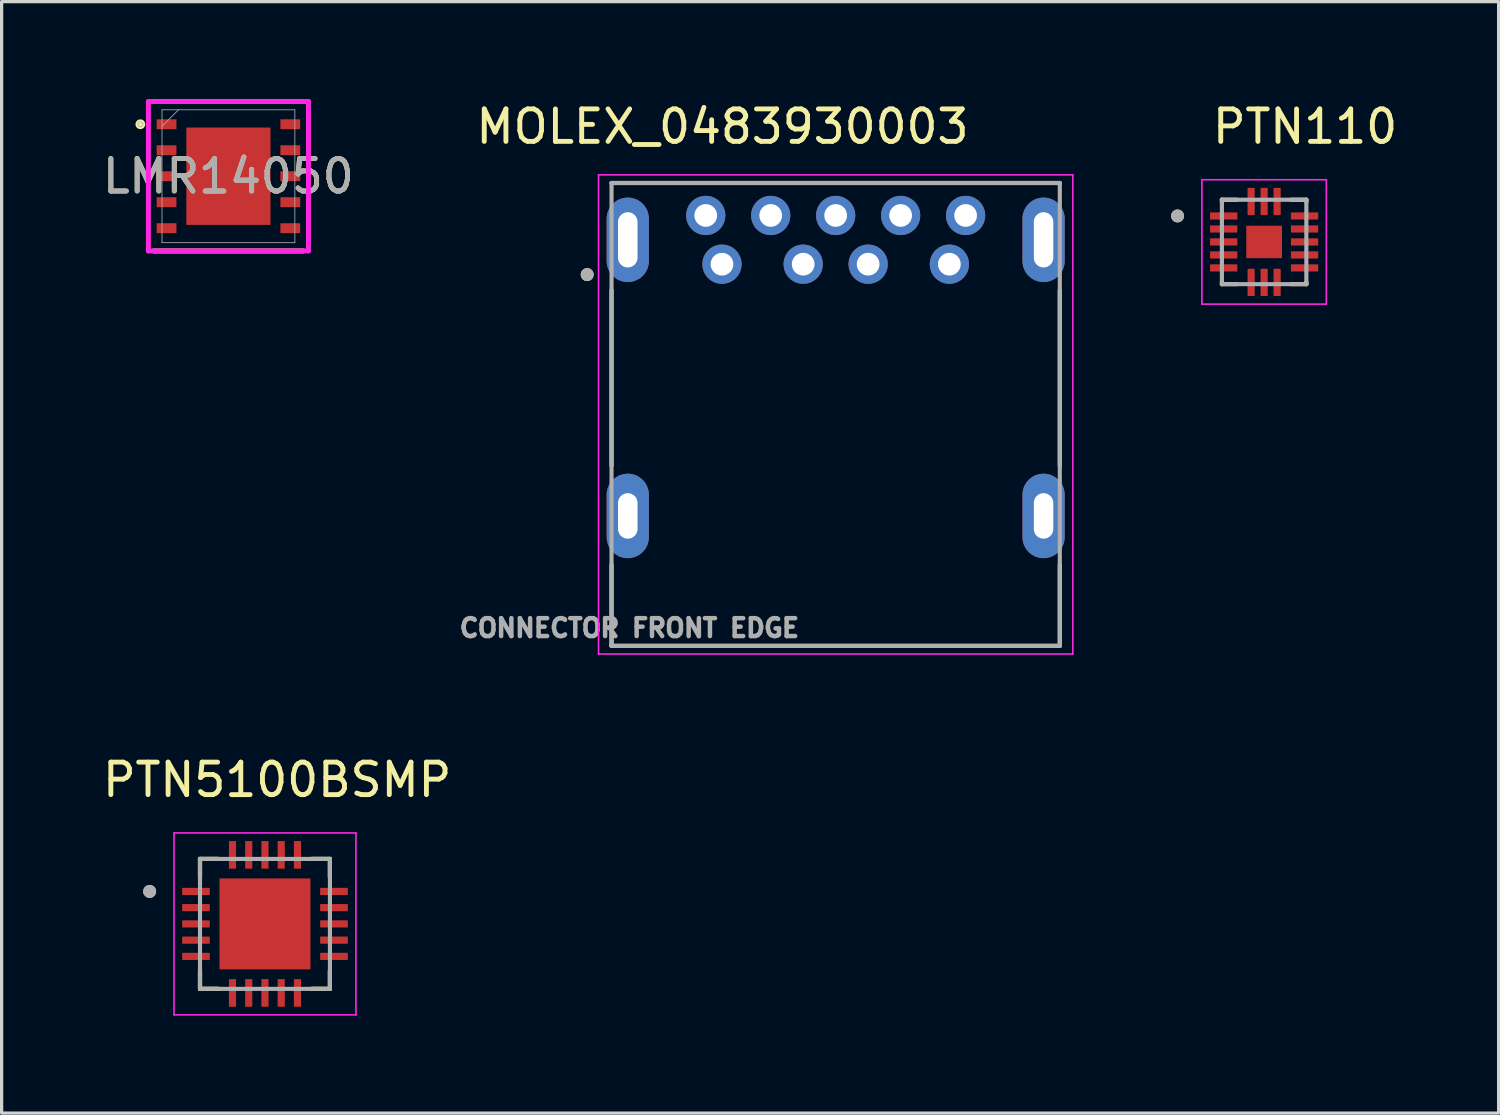
<source format=kicad_pcb>
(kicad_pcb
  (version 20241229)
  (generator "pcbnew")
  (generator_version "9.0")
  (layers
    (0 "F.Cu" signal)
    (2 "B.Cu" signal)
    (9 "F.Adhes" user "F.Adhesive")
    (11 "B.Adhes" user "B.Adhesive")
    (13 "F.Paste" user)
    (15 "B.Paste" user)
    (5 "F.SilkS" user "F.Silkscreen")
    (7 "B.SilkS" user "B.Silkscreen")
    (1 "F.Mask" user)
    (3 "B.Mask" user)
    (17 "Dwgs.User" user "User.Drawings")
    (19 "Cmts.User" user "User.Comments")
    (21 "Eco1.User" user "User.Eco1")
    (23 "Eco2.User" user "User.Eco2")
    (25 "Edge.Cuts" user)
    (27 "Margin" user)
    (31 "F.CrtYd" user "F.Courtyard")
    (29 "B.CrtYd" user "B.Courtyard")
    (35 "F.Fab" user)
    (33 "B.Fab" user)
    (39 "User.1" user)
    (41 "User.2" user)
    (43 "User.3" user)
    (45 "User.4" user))
  (footprint "PTN110"
    (layer "F.Cu")
    (at 35.866 4.398)
    (property "Reference" "PTN110" (at 1.26 -3.55 0) (layer "F.SilkS") (effects (font (size 1 1) (thickness 0.15))))
    (attr smd)
    (fp_line (start -1.3 -1.23) (end -1.3 -1.3) (stroke (width 0.127) (type solid)) (layer "F.SilkS"))
    (fp_line (start -1.3 1.3) (end -1.3 1.23) (stroke (width 0.127) (type solid)) (layer "F.SilkS"))
    (fp_line (start -0.83 -1.3) (end -1.3 -1.3) (stroke (width 0.127) (type solid)) (layer "F.SilkS"))
    (fp_line (start -0.83 1.3) (end -1.3 1.3) (stroke (width 0.127) (type solid)) (layer "F.SilkS"))
    (fp_line (start 1.3 -1.3) (end 0.83 -1.3) (stroke (width 0.127) (type solid)) (layer "F.SilkS"))
    (fp_line (start 1.3 -1.23) (end 1.3 -1.3) (stroke (width 0.127) (type solid)) (layer "F.SilkS"))
    (fp_line (start 1.3 1.3) (end 0.83 1.3) (stroke (width 0.127) (type solid)) (layer "F.SilkS"))
    (fp_line (start 1.3 1.3) (end 1.3 1.23) (stroke (width 0.127) (type solid)) (layer "F.SilkS"))
    (fp_circle (center -2.665 -0.8) (end -2.565 -0.8) (stroke (width 0.2) (type solid)) (fill no) (layer "F.SilkS"))
    (fp_poly (pts (xy -0.35 -0.32) (xy 0.35 -0.32) (xy 0.35 0.32) (xy -0.35 0.32)) (stroke (width 0.01) (type solid)) (fill yes) (layer "F.Paste"))
    (fp_line (start -1.915 -1.915) (end -1.915 1.915) (stroke (width 0.05) (type solid)) (layer "F.CrtYd"))
    (fp_line (start -1.915 1.915) (end 1.915 1.915) (stroke (width 0.05) (type solid)) (layer "F.CrtYd"))
    (fp_line (start 1.915 -1.915) (end -1.915 -1.915) (stroke (width 0.05) (type solid)) (layer "F.CrtYd"))
    (fp_line (start 1.915 1.915) (end 1.915 -1.915) (stroke (width 0.05) (type solid)) (layer "F.CrtYd"))
    (fp_line (start -1.3 1.3) (end -1.3 -1.3) (stroke (width 0.127) (type solid)) (layer "F.Fab"))
    (fp_line (start 1.3 -1.3) (end -1.3 -1.3) (stroke (width 0.127) (type solid)) (layer "F.Fab"))
    (fp_line (start 1.3 1.3) (end -1.3 1.3) (stroke (width 0.127) (type solid)) (layer "F.Fab"))
    (fp_line (start 1.3 1.3) (end 1.3 -1.3) (stroke (width 0.127) (type solid)) (layer "F.Fab"))
    (fp_circle (center -2.665 -0.8) (end -2.565 -0.8) (stroke (width 0.2) (type solid)) (fill no) (layer "F.Fab"))
    (pad "1" smd roundrect (at -1.245 -0.8) (size 0.84 0.22) (layers "F.Cu" "F.Mask" "F.Paste") (roundrect_rratio 0.03))
    (pad "2" smd roundrect (at -1.245 -0.4) (size 0.84 0.22) (layers "F.Cu" "F.Mask" "F.Paste") (roundrect_rratio 0.03))
    (pad "3" smd roundrect (at -1.245 0) (size 0.84 0.22) (layers "F.Cu" "F.Mask" "F.Paste") (roundrect_rratio 0.03))
    (pad "4" smd roundrect (at -1.245 0.4) (size 0.84 0.22) (layers "F.Cu" "F.Mask" "F.Paste") (roundrect_rratio 0.03))
    (pad "5" smd roundrect (at -1.245 0.8) (size 0.84 0.22) (layers "F.Cu" "F.Mask" "F.Paste") (roundrect_rratio 0.03))
    (pad "6" smd roundrect (at -0.4 1.245) (size 0.22 0.84) (layers "F.Cu" "F.Mask" "F.Paste") (roundrect_rratio 0.1))
    (pad "7" smd roundrect (at 0 1.245) (size 0.22 0.84) (layers "F.Cu" "F.Mask" "F.Paste") (roundrect_rratio 0.1))
    (pad "8" smd roundrect (at 0.4 1.245) (size 0.22 0.84) (layers "F.Cu" "F.Mask" "F.Paste") (roundrect_rratio 0.1))
    (pad "9" smd roundrect (at 1.245 0.8) (size 0.84 0.22) (layers "F.Cu" "F.Mask" "F.Paste") (roundrect_rratio 0.03))
    (pad "10" smd roundrect (at 1.245 0.4) (size 0.84 0.22) (layers "F.Cu" "F.Mask" "F.Paste") (roundrect_rratio 0.03))
    (pad "11" smd roundrect (at 1.245 0) (size 0.84 0.22) (layers "F.Cu" "F.Mask" "F.Paste") (roundrect_rratio 0.03))
    (pad "12" smd roundrect (at 1.245 -0.4) (size 0.84 0.22) (layers "F.Cu" "F.Mask" "F.Paste") (roundrect_rratio 0.03))
    (pad "13" smd roundrect (at 1.245 -0.8) (size 0.84 0.22) (layers "F.Cu" "F.Mask" "F.Paste") (roundrect_rratio 0.03))
    (pad "14" smd roundrect (at 0.4 -1.245) (size 0.22 0.84) (layers "F.Cu" "F.Mask" "F.Paste") (roundrect_rratio 0.1))
    (pad "15" smd roundrect (at 0 -1.245) (size 0.22 0.84) (layers "F.Cu" "F.Mask" "F.Paste") (roundrect_rratio 0.1))
    (pad "16" smd roundrect (at -0.4 -1.245) (size 0.22 0.84) (layers "F.Cu" "F.Mask" "F.Paste") (roundrect_rratio 0.1))
    (pad "17" smd rect (at 0 0) (size 1.1 1) (layers "F.Cu" "F.Mask")))
  (footprint "PTN5100BSMP"
    (layer "F.Cu")
    (at 5.107 25.392)
    (property "Reference" "PTN5100BSMP" (at 0.375 -4.435 0) (layer "F.SilkS") (effects (font (size 1 1) (thickness 0.15))))
    (attr smd)
    (fp_poly (pts (xy -2.575 -1.135) (xy -1.675 -1.135) (xy -1.675 -0.865) (xy -2.575 -0.865)) (stroke (width 0.01) (type solid)) (fill yes) (layer "F.Mask"))
    (fp_poly (pts (xy -2.575 -0.635) (xy -1.675 -0.635) (xy -1.675 -0.365) (xy -2.575 -0.365)) (stroke (width 0.01) (type solid)) (fill yes) (layer "F.Mask"))
    (fp_poly (pts (xy -2.575 -0.135) (xy -1.675 -0.135) (xy -1.675 0.135) (xy -2.575 0.135)) (stroke (width 0.01) (type solid)) (fill yes) (layer "F.Mask"))
    (fp_poly (pts (xy -2.575 0.365) (xy -1.675 0.365) (xy -1.675 0.635) (xy -2.575 0.635)) (stroke (width 0.01) (type solid)) (fill yes) (layer "F.Mask"))
    (fp_poly (pts (xy -2.575 0.865) (xy -1.675 0.865) (xy -1.675 1.135) (xy -2.575 1.135)) (stroke (width 0.01) (type solid)) (fill yes) (layer "F.Mask"))
    (fp_poly (pts (xy -1.425 -1.425) (xy 1.425 -1.425) (xy 1.425 1.425) (xy -1.425 1.425)) (stroke (width 0.01) (type solid)) (fill yes) (layer "F.Mask"))
    (fp_poly (pts (xy -1.135 -2.575) (xy -0.865 -2.575) (xy -0.865 -1.675) (xy -1.135 -1.675)) (stroke (width 0.01) (type solid)) (fill yes) (layer "F.Mask"))
    (fp_poly (pts (xy -1.135 1.675) (xy -0.865 1.675) (xy -0.865 2.575) (xy -1.135 2.575)) (stroke (width 0.01) (type solid)) (fill yes) (layer "F.Mask"))
    (fp_poly (pts (xy -0.635 -2.575) (xy -0.365 -2.575) (xy -0.365 -1.675) (xy -0.635 -1.675)) (stroke (width 0.01) (type solid)) (fill yes) (layer "F.Mask"))
    (fp_poly (pts (xy -0.635 1.675) (xy -0.365 1.675) (xy -0.365 2.575) (xy -0.635 2.575)) (stroke (width 0.01) (type solid)) (fill yes) (layer "F.Mask"))
    (fp_poly (pts (xy -0.135 -2.575) (xy 0.135 -2.575) (xy 0.135 -1.675) (xy -0.135 -1.675)) (stroke (width 0.01) (type solid)) (fill yes) (layer "F.Mask"))
    (fp_poly (pts (xy -0.135 1.675) (xy 0.135 1.675) (xy 0.135 2.575) (xy -0.135 2.575)) (stroke (width 0.01) (type solid)) (fill yes) (layer "F.Mask"))
    (fp_poly (pts (xy 0.365 -2.575) (xy 0.635 -2.575) (xy 0.635 -1.675) (xy 0.365 -1.675)) (stroke (width 0.01) (type solid)) (fill yes) (layer "F.Mask"))
    (fp_poly (pts (xy 0.365 1.675) (xy 0.635 1.675) (xy 0.635 2.575) (xy 0.365 2.575)) (stroke (width 0.01) (type solid)) (fill yes) (layer "F.Mask"))
    (fp_poly (pts (xy 0.865 -2.575) (xy 1.135 -2.575) (xy 1.135 -1.675) (xy 0.865 -1.675)) (stroke (width 0.01) (type solid)) (fill yes) (layer "F.Mask"))
    (fp_poly (pts (xy 0.865 1.675) (xy 1.135 1.675) (xy 1.135 2.575) (xy 0.865 2.575)) (stroke (width 0.01) (type solid)) (fill yes) (layer "F.Mask"))
    (fp_poly (pts (xy 1.675 -1.135) (xy 2.575 -1.135) (xy 2.575 -0.865) (xy 1.675 -0.865)) (stroke (width 0.01) (type solid)) (fill yes) (layer "F.Mask"))
    (fp_poly (pts (xy 1.675 -0.635) (xy 2.575 -0.635) (xy 2.575 -0.365) (xy 1.675 -0.365)) (stroke (width 0.01) (type solid)) (fill yes) (layer "F.Mask"))
    (fp_poly (pts (xy 1.675 -0.135) (xy 2.575 -0.135) (xy 2.575 0.135) (xy 1.675 0.135)) (stroke (width 0.01) (type solid)) (fill yes) (layer "F.Mask"))
    (fp_poly (pts (xy 1.675 0.365) (xy 2.575 0.365) (xy 2.575 0.635) (xy 1.675 0.635)) (stroke (width 0.01) (type solid)) (fill yes) (layer "F.Mask"))
    (fp_poly (pts (xy 1.675 0.865) (xy 2.575 0.865) (xy 2.575 1.135) (xy 1.675 1.135)) (stroke (width 0.01) (type solid)) (fill yes) (layer "F.Mask"))
    (fp_line (start -2 -2) (end -2 -1.45) (stroke (width 0.127) (type solid)) (layer "F.SilkS"))
    (fp_line (start -2 -2) (end -1.45 -2) (stroke (width 0.127) (type solid)) (layer "F.SilkS"))
    (fp_line (start -2 -2) (end -1.43 -2) (stroke (width 0.127) (type solid)) (layer "F.SilkS"))
    (fp_line (start -2 -1.43) (end -2 -2) (stroke (width 0.127) (type solid)) (layer "F.SilkS"))
    (fp_line (start -2 2) (end -2 1.43) (stroke (width 0.127) (type solid)) (layer "F.SilkS"))
    (fp_line (start -2 2) (end -2 1.45) (stroke (width 0.127) (type solid)) (layer "F.SilkS"))
    (fp_line (start -2 2) (end -1.45 2) (stroke (width 0.127) (type solid)) (layer "F.SilkS"))
    (fp_line (start -1.43 2) (end -2 2) (stroke (width 0.127) (type solid)) (layer "F.SilkS"))
    (fp_line (start 1.43 -2) (end 2 -2) (stroke (width 0.127) (type solid)) (layer "F.SilkS"))
    (fp_line (start 1.45 2) (end 2 2) (stroke (width 0.127) (type solid)) (layer "F.SilkS"))
    (fp_line (start 2 -2) (end 1.45 -2) (stroke (width 0.127) (type solid)) (layer "F.SilkS"))
    (fp_line (start 2 -2) (end 2 -1.45) (stroke (width 0.127) (type solid)) (layer "F.SilkS"))
    (fp_line (start 2 -2) (end 2 -1.43) (stroke (width 0.127) (type solid)) (layer "F.SilkS"))
    (fp_line (start 2 2) (end 1.43 2) (stroke (width 0.127) (type solid)) (layer "F.SilkS"))
    (fp_line (start 2 2) (end 2 1.43) (stroke (width 0.127) (type solid)) (layer "F.SilkS"))
    (fp_line (start 2 2) (end 2 1.45) (stroke (width 0.127) (type solid)) (layer "F.SilkS"))
    (fp_circle (center -3.55 -1) (end -3.45 -1) (stroke (width 0.2) (type solid)) (fill no) (layer "F.SilkS"))
    (fp_poly (pts (xy -0.9 -0.9) (xy -0.2 -0.9) (xy -0.2 -0.2) (xy -0.9 -0.2)) (stroke (width 0.01) (type solid)) (fill yes) (layer "F.Paste"))
    (fp_poly (pts (xy -0.9 0.2) (xy -0.2 0.2) (xy -0.2 0.9) (xy -0.9 0.9)) (stroke (width 0.01) (type solid)) (fill yes) (layer "F.Paste"))
    (fp_poly (pts (xy 0.2 -0.9) (xy 0.9 -0.9) (xy 0.9 -0.2) (xy 0.2 -0.2)) (stroke (width 0.01) (type solid)) (fill yes) (layer "F.Paste"))
    (fp_poly (pts (xy 0.2 0.2) (xy 0.9 0.2) (xy 0.9 0.9) (xy 0.2 0.9)) (stroke (width 0.01) (type solid)) (fill yes) (layer "F.Paste"))
    (fp_line (start -2.8 -2.8) (end -2.8 2.8) (stroke (width 0.05) (type solid)) (layer "F.CrtYd"))
    (fp_line (start -2.8 2.8) (end 2.8 2.8) (stroke (width 0.05) (type solid)) (layer "F.CrtYd"))
    (fp_line (start 2.8 -2.8) (end -2.8 -2.8) (stroke (width 0.05) (type solid)) (layer "F.CrtYd"))
    (fp_line (start 2.8 2.8) (end 2.8 -2.8) (stroke (width 0.05) (type solid)) (layer "F.CrtYd"))
    (fp_line (start -2 -2) (end 2 -2) (stroke (width 0.127) (type solid)) (layer "F.Fab"))
    (fp_line (start -2 2) (end -2 -2) (stroke (width 0.127) (type solid)) (layer "F.Fab"))
    (fp_line (start 2 -2) (end 2 2) (stroke (width 0.127) (type solid)) (layer "F.Fab"))
    (fp_line (start 2 2) (end -2 2) (stroke (width 0.127) (type solid)) (layer "F.Fab"))
    (fp_circle (center -3.55 -1) (end -3.45 -1) (stroke (width 0.2) (type solid)) (fill no) (layer "F.Fab"))
    (pad "1" smd rect (at -2.125 -1) (size 0.85 0.22) (layers "F.Cu" "F.Paste"))
    (pad "2" smd rect (at -2.125 -0.5) (size 0.85 0.22) (layers "F.Cu" "F.Paste"))
    (pad "3" smd rect (at -2.125 0) (size 0.85 0.22) (layers "F.Cu" "F.Paste"))
    (pad "4" smd rect (at -2.125 0.5) (size 0.85 0.22) (layers "F.Cu" "F.Paste"))
    (pad "5" smd rect (at -2.125 1) (size 0.85 0.22) (layers "F.Cu" "F.Paste"))
    (pad "6" smd rect (at -1 2.125) (size 0.22 0.85) (layers "F.Cu" "F.Paste"))
    (pad "7" smd rect (at -0.5 2.125) (size 0.22 0.85) (layers "F.Cu" "F.Paste"))
    (pad "8" smd rect (at 0 2.125) (size 0.22 0.85) (layers "F.Cu" "F.Paste"))
    (pad "9" smd rect (at 0.5 2.125) (size 0.22 0.85) (layers "F.Cu" "F.Paste"))
    (pad "10" smd rect (at 1 2.125) (size 0.22 0.85) (layers "F.Cu" "F.Paste"))
    (pad "11" smd rect (at 2.125 1) (size 0.85 0.22) (layers "F.Cu" "F.Paste"))
    (pad "12" smd rect (at 2.125 0.5) (size 0.85 0.22) (layers "F.Cu" "F.Paste"))
    (pad "13" smd rect (at 2.125 0) (size 0.85 0.22) (layers "F.Cu" "F.Paste"))
    (pad "14" smd rect (at 2.125 -0.5) (size 0.85 0.22) (layers "F.Cu" "F.Paste"))
    (pad "15" smd rect (at 2.125 -1) (size 0.85 0.22) (layers "F.Cu" "F.Paste"))
    (pad "16" smd rect (at 1 -2.125) (size 0.22 0.85) (layers "F.Cu" "F.Paste"))
    (pad "17" smd rect (at 0.5 -2.125) (size 0.22 0.85) (layers "F.Cu" "F.Paste"))
    (pad "18" smd rect (at 0 -2.125) (size 0.22 0.85) (layers "F.Cu" "F.Paste"))
    (pad "19" smd rect (at -0.5 -2.125) (size 0.22 0.85) (layers "F.Cu" "F.Paste"))
    (pad "20" smd rect (at -1 -2.125) (size 0.22 0.85) (layers "F.Cu" "F.Paste"))
    (pad "21" smd rect (at 0 0) (size 2.8 2.8) (layers "F.Cu")))
  (footprint "MOLEX_0483930003"
    (layer "F.Cu")
    (at 22.676 9.708)
    (property "Reference" "MOLEX_0483930003" (at -3.485 -8.86 0) (layer "F.SilkS") (effects (font (size 1 1) (thickness 0.15))))
    (attr through_hole)
    (fp_line (start -6.9 -3.825) (end -6.9 1.575) (stroke (width 0.127) (type solid)) (layer "F.SilkS"))
    (fp_line (start -6.9 4.625) (end -6.9 7.125) (stroke (width 0.127) (type solid)) (layer "F.SilkS"))
    (fp_line (start -6.9 7.125) (end 6.9 7.125) (stroke (width 0.127) (type solid)) (layer "F.SilkS"))
    (fp_line (start 6.9 -7.125) (end -6.9 -7.125) (stroke (width 0.127) (type solid)) (layer "F.SilkS"))
    (fp_line (start 6.9 -3.825) (end 6.9 1.575) (stroke (width 0.127) (type solid)) (layer "F.SilkS"))
    (fp_line (start 6.9 4.625) (end 6.9 7.125) (stroke (width 0.127) (type solid)) (layer "F.SilkS"))
    (fp_circle (center -7.65 -4.305) (end -7.55 -4.305) (stroke (width 0.2) (type solid)) (fill no) (layer "F.SilkS"))
    (fp_line (start -7.3 -7.375) (end -7.3 7.375) (stroke (width 0.05) (type solid)) (layer "F.CrtYd"))
    (fp_line (start -7.3 7.375) (end 7.3 7.375) (stroke (width 0.05) (type solid)) (layer "F.CrtYd"))
    (fp_line (start 7.3 -7.375) (end -7.3 -7.375) (stroke (width 0.05) (type solid)) (layer "F.CrtYd"))
    (fp_line (start 7.3 7.375) (end 7.3 -7.375) (stroke (width 0.05) (type solid)) (layer "F.CrtYd"))
    (fp_line (start -6.9 -7.125) (end -6.9 7.125) (stroke (width 0.127) (type solid)) (layer "F.Fab"))
    (fp_line (start -6.9 7.125) (end 6.9 7.125) (stroke (width 0.127) (type solid)) (layer "F.Fab"))
    (fp_line (start 6.9 -7.125) (end -6.9 -7.125) (stroke (width 0.127) (type solid)) (layer "F.Fab"))
    (fp_line (start 6.9 7.125) (end 6.9 -7.125) (stroke (width 0.127) (type solid)) (layer "F.Fab"))
    (fp_circle (center -7.65 -4.305) (end -7.55 -4.305) (stroke (width 0.2) (type solid)) (fill no) (layer "F.Fab"))
    (fp_text user "CONNECTOR FRONT EDGE" (at -6.35 6.575 0) (layer "F.Fab") (effects (font (size 0.551 0.551) (thickness 0.15))))
    (pad "1" thru_hole circle (at -3.5 -4.625) (size 1.208 1.208) (drill 0.7) (layers "*.Cu" "*.Mask"))
    (pad "2" thru_hole circle (at -1 -4.625) (size 1.208 1.208) (drill 0.7) (layers "*.Cu" "*.Mask"))
    (pad "3" thru_hole circle (at 1 -4.625) (size 1.208 1.208) (drill 0.7) (layers "*.Cu" "*.Mask"))
    (pad "4" thru_hole circle (at 3.5 -4.625) (size 1.208 1.208) (drill 0.7) (layers "*.Cu" "*.Mask"))
    (pad "5" thru_hole circle (at 4 -6.125) (size 1.208 1.208) (drill 0.7) (layers "*.Cu" "*.Mask"))
    (pad "6" thru_hole circle (at 2 -6.125) (size 1.208 1.208) (drill 0.7) (layers "*.Cu" "*.Mask"))
    (pad "7" thru_hole circle (at 0 -6.125) (size 1.208 1.208) (drill 0.7) (layers "*.Cu" "*.Mask"))
    (pad "8" thru_hole circle (at -2 -6.125) (size 1.208 1.208) (drill 0.7) (layers "*.Cu" "*.Mask"))
    (pad "9" thru_hole circle (at -4 -6.125) (size 1.208 1.208) (drill 0.7) (layers "*.Cu" "*.Mask"))
    (pad "S" thru_hole oval (at -6.4 -5.375) (size 1.3 2.6) (drill oval 0.6 1.7) (layers "*.Cu" "*.Mask"))
    (pad "S" thru_hole oval (at -6.4 3.125) (size 1.3 2.6) (drill oval 0.6 1.4) (layers "*.Cu" "*.Mask"))
    (pad "S" thru_hole oval (at 6.4 -5.375) (size 1.3 2.6) (drill oval 0.6 1.7) (layers "*.Cu" "*.Mask"))
    (pad "S" thru_hole oval (at 6.4 3.125) (size 1.3 2.6) (drill oval 0.6 1.4) (layers "*.Cu" "*.Mask")))
  (footprint "LMR14050"
    (layer "F.Cu")
    (at 3.982 2.375)
    (property "Reference" "LMR14050" (at 0 0 0) (unlocked yes) (layer "F.SilkS") (effects (font (size 1 1) (thickness 0.15))))
    (attr smd)
    (fp_line (start -2.299 2.299) (end 2.299 2.299) (stroke (width 0.152) (type solid)) (layer "F.SilkS"))
    (fp_line (start 2.299 -2.299) (end -2.299 -2.299) (stroke (width 0.152) (type solid)) (layer "F.SilkS"))
    (fp_circle (center -2.711 -1.6) (end -2.635 -1.6) (stroke (width 0.152) (type solid)) (fill no) (layer "F.SilkS"))
    (fp_poly (pts (xy -2.413 -1.752) (xy -2.413 -1.448) (xy -1.803 -1.448) (xy -1.803 -1.752)) (stroke (width 0) (type solid)) (fill yes) (layer "F.Paste"))
    (fp_poly (pts (xy -2.413 -0.952) (xy -2.413 -0.648) (xy -1.803 -0.648) (xy -1.803 -0.952)) (stroke (width 0) (type solid)) (fill yes) (layer "F.Paste"))
    (fp_poly (pts (xy -2.413 -0.152) (xy -2.413 0.152) (xy -1.803 0.152) (xy -1.803 -0.152)) (stroke (width 0) (type solid)) (fill yes) (layer "F.Paste"))
    (fp_poly (pts (xy -2.413 0.648) (xy -2.413 0.952) (xy -1.803 0.952) (xy -1.803 0.648)) (stroke (width 0) (type solid)) (fill yes) (layer "F.Paste"))
    (fp_poly (pts (xy -2.413 1.448) (xy -2.413 1.752) (xy -1.803 1.752) (xy -1.803 1.448)) (stroke (width 0) (type solid)) (fill yes) (layer "F.Paste"))
    (fp_poly (pts (xy -1.192 -1.395) (xy -1.192 -0.1) (xy -0.1 -0.1) (xy -0.1 -1.395)) (stroke (width 0) (type solid)) (fill yes) (layer "F.Paste"))
    (fp_poly (pts (xy -1.192 0.1) (xy -1.192 1.395) (xy -0.1 1.395) (xy -0.1 0.1)) (stroke (width 0) (type solid)) (fill yes) (layer "F.Paste"))
    (fp_poly (pts (xy 0.1 -1.395) (xy 0.1 -0.1) (xy 1.192 -0.1) (xy 1.192 -1.395)) (stroke (width 0) (type solid)) (fill yes) (layer "F.Paste"))
    (fp_poly (pts (xy 0.1 0.1) (xy 0.1 1.395) (xy 1.192 1.395) (xy 1.192 0.1)) (stroke (width 0) (type solid)) (fill yes) (layer "F.Paste"))
    (fp_poly (pts (xy 1.803 -1.752) (xy 1.803 -1.448) (xy 2.413 -1.448) (xy 2.413 -1.752)) (stroke (width 0) (type solid)) (fill yes) (layer "F.Paste"))
    (fp_poly (pts (xy 1.803 -0.952) (xy 1.803 -0.648) (xy 2.413 -0.648) (xy 2.413 -0.952)) (stroke (width 0) (type solid)) (fill yes) (layer "F.Paste"))
    (fp_poly (pts (xy 1.803 -0.152) (xy 1.803 0.152) (xy 2.413 0.152) (xy 2.413 -0.152)) (stroke (width 0) (type solid)) (fill yes) (layer "F.Paste"))
    (fp_poly (pts (xy 1.803 0.648) (xy 1.803 0.952) (xy 2.413 0.952) (xy 2.413 0.648)) (stroke (width 0) (type solid)) (fill yes) (layer "F.Paste"))
    (fp_poly (pts (xy 1.803 1.448) (xy 1.803 1.752) (xy 2.413 1.752) (xy 2.413 1.448)) (stroke (width 0) (type solid)) (fill yes) (layer "F.Paste"))
    (fp_line (start -2.464 -2.299) (end 2.464 -2.299) (stroke (width 0.152) (type solid)) (layer "F.CrtYd"))
    (fp_line (start -2.464 2.299) (end -2.464 -2.299) (stroke (width 0.152) (type solid)) (layer "F.CrtYd"))
    (fp_line (start 2.464 -2.299) (end 2.464 2.299) (stroke (width 0.152) (type solid)) (layer "F.CrtYd"))
    (fp_line (start 2.464 2.299) (end -2.464 2.299) (stroke (width 0.152) (type solid)) (layer "F.CrtYd"))
    (fp_line (start -2.045 -2.045) (end -2.045 2.045) (stroke (width 0.025) (type solid)) (layer "F.Fab"))
    (fp_line (start -2.045 2.045) (end 2.045 2.045) (stroke (width 0.025) (type solid)) (layer "F.Fab"))
    (fp_line (start -1.537 -2.045) (end -2.045 -1.537) (stroke (width 0.025) (type solid)) (layer "F.Fab"))
    (fp_line (start 2.045 -2.045) (end -2.045 -2.045) (stroke (width 0.025) (type solid)) (layer "F.Fab"))
    (fp_line (start 2.045 2.045) (end 2.045 -2.045) (stroke (width 0.025) (type solid)) (layer "F.Fab"))
    (fp_circle (center -2.711 -1.6) (end -2.635 -1.6) (stroke (width 0.025) (type solid)) (fill no) (layer "F.Fab"))
    (fp_text user "${REFERENCE}" (at 0 0 0) (unlocked yes) (layer "F.Fab") (effects (font (size 1 1) (thickness 0.15))))
    (pad "1" smd rect (at -1.905 -1.6) (size 0.61 0.305) (layers "F.Cu" "F.Mask"))
    (pad "2" smd rect (at -1.905 -0.8) (size 0.61 0.305) (layers "F.Cu" "F.Mask"))
    (pad "3" smd rect (at -1.905 0) (size 0.61 0.305) (layers "F.Cu" "F.Mask"))
    (pad "4" smd rect (at -1.905 0.8) (size 0.61 0.305) (layers "F.Cu" "F.Mask"))
    (pad "5" smd rect (at -1.905 1.6) (size 0.61 0.305) (layers "F.Cu" "F.Mask"))
    (pad "6" smd rect (at 1.905 1.6) (size 0.61 0.305) (layers "F.Cu" "F.Mask"))
    (pad "7" smd rect (at 1.905 0.8) (size 0.61 0.305) (layers "F.Cu" "F.Mask"))
    (pad "8" smd rect (at 1.905 0) (size 0.61 0.305) (layers "F.Cu" "F.Mask"))
    (pad "9" smd rect (at 1.905 -0.8) (size 0.61 0.305) (layers "F.Cu" "F.Mask"))
    (pad "10" smd rect (at 1.905 -1.6) (size 0.61 0.305) (layers "F.Cu" "F.Mask"))
    (pad "11" smd rect (at 0 0) (size 2.591 2.997) (layers "F.Cu" "F.Mask")))
  (gr_rect
    (start -3 -3)
    (end 43.084 31.216)
    (stroke (width 0.1) (type default))
    (fill no)
    (layer "Edge.Cuts")))
</source>
